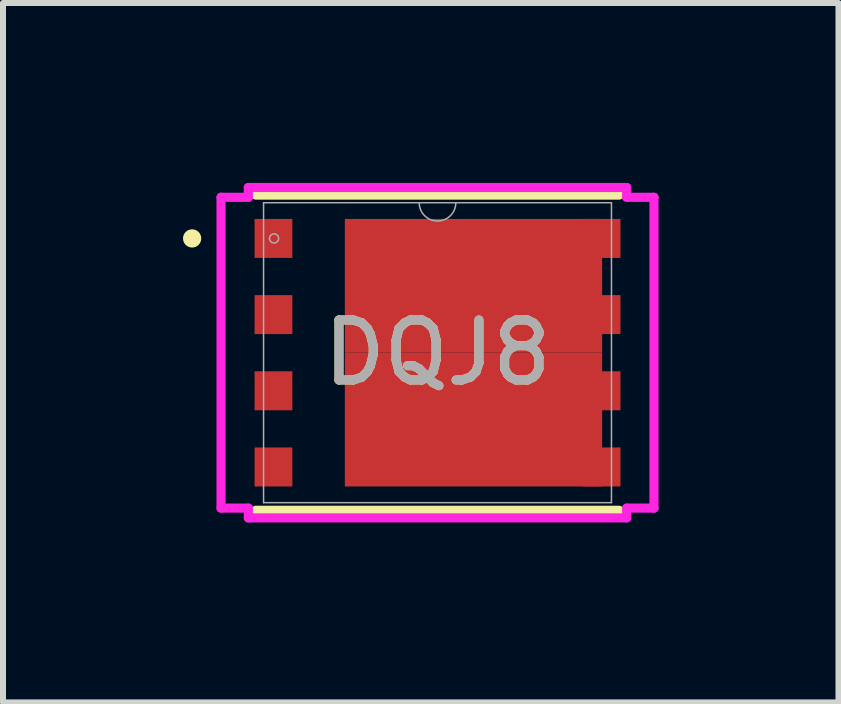
<source format=kicad_pcb>
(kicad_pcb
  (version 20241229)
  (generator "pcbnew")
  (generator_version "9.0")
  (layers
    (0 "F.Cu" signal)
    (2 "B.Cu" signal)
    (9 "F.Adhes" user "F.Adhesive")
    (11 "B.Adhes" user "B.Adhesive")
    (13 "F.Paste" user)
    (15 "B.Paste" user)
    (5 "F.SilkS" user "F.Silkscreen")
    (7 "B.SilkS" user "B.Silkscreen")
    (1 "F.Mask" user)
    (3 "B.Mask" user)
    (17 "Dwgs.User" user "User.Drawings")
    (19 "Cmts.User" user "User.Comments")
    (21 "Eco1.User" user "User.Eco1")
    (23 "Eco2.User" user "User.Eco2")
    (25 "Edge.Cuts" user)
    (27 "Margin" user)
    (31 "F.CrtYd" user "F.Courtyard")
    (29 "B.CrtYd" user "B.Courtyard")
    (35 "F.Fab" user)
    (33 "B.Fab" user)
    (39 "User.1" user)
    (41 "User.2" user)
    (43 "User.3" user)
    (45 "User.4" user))
  (footprint "DQJ8"
    (layer "F.Cu")
    (at 4.244 2.83)
    (property "Reference" "DQJ8" (at 0 0 0) (unlocked yes) (layer "F.SilkS") (effects (font (size 1 1) (thickness 0.15))))
    (attr smd)
    (fp_poly (pts (xy 2.745 -2.23) (xy -1.545 -2.23) (xy -1.545 0) (xy 2.745 0)) (stroke (width 0) (type solid)) (fill yes) (layer "F.Cu"))
    (fp_poly (pts (xy 2.745 2.23) (xy -1.545 2.23) (xy -1.545 0) (xy 2.745 0)) (stroke (width 0) (type solid)) (fill yes) (layer "F.Cu"))
    (fp_poly (pts (xy -3.12 -2.3) (xy -3.12 -1.51) (xy -2.35 -1.51) (xy -2.35 -2.3)) (stroke (width 0) (type solid)) (fill yes) (layer "F.Mask"))
    (fp_poly (pts (xy -3.12 -1.03) (xy -3.12 -0.24) (xy -2.35 -0.24) (xy -2.35 -1.03)) (stroke (width 0) (type solid)) (fill yes) (layer "F.Mask"))
    (fp_poly (pts (xy -3.12 0.24) (xy -3.12 1.03) (xy -2.35 1.03) (xy -2.35 0.24)) (stroke (width 0) (type solid)) (fill yes) (layer "F.Mask"))
    (fp_poly (pts (xy -3.12 1.51) (xy -3.12 2.3) (xy -2.35 2.3) (xy -2.35 1.51)) (stroke (width 0) (type solid)) (fill yes) (layer "F.Mask"))
    (fp_poly (pts (xy 2.35 -2.3) (xy 2.35 -1.51) (xy 3.12 -1.51) (xy 3.12 -2.3)) (stroke (width 0) (type solid)) (fill yes) (layer "F.Mask"))
    (fp_poly (pts (xy 2.35 -1.03) (xy 2.35 -0.24) (xy 3.12 -0.24) (xy 3.12 -1.03)) (stroke (width 0) (type solid)) (fill yes) (layer "F.Mask"))
    (fp_poly (pts (xy 2.35 0.24) (xy 2.35 1.03) (xy 3.12 1.03) (xy 3.12 0.24)) (stroke (width 0) (type solid)) (fill yes) (layer "F.Mask"))
    (fp_poly (pts (xy 2.35 1.51) (xy 2.35 2.3) (xy 3.12 2.3) (xy 3.12 1.51)) (stroke (width 0) (type solid)) (fill yes) (layer "F.Mask"))
    (fp_poly (pts (xy 2.745 -2.23) (xy -1.545 -2.23) (xy -1.545 0) (xy 2.745 0)) (stroke (width 0) (type solid)) (fill yes) (layer "F.Mask"))
    (fp_poly (pts (xy 2.745 2.23) (xy -1.545 2.23) (xy -1.545 0) (xy 2.745 0)) (stroke (width 0) (type solid)) (fill yes) (layer "F.Mask"))
    (fp_line (start -3.027 2.627) (end 3.027 2.627) (stroke (width 0.152) (type solid)) (layer "F.SilkS"))
    (fp_line (start 3.027 -2.627) (end -3.027 -2.627) (stroke (width 0.152) (type solid)) (layer "F.SilkS"))
    (fp_circle (center -4.091 -1.905) (end -4.015 -1.905) (stroke (width 0.152) (type solid)) (fill no) (layer "F.SilkS"))
    (fp_poly (pts (xy -0.18 -0.31) (xy -1.415 -0.31) (xy -1.415 -1.88) (xy -0.18 -1.88)) (stroke (width 0) (type solid)) (fill yes) (layer "F.Paste"))
    (fp_poly (pts (xy -0.18 0.31) (xy -1.415 0.31) (xy -1.415 1.88) (xy -0.18 1.88)) (stroke (width 0) (type solid)) (fill yes) (layer "F.Paste"))
    (fp_poly (pts (xy 0.32 -0.31) (xy 1.905 -0.31) (xy 1.905 -1.88) (xy 0.32 -1.88)) (stroke (width 0) (type solid)) (fill yes) (layer "F.Paste"))
    (fp_poly (pts (xy 0.32 0.31) (xy 1.905 0.31) (xy 1.905 1.88) (xy 0.32 1.88)) (stroke (width 0) (type solid)) (fill yes) (layer "F.Paste"))
    (fp_line (start -3.609 -2.591) (end -3.154 -2.591) (stroke (width 0.152) (type solid)) (layer "F.CrtYd"))
    (fp_line (start -3.609 2.591) (end -3.609 -2.591) (stroke (width 0.152) (type solid)) (layer "F.CrtYd"))
    (fp_line (start -3.609 2.591) (end -3.154 2.591) (stroke (width 0.152) (type solid)) (layer "F.CrtYd"))
    (fp_line (start -3.154 -2.754) (end 3.154 -2.754) (stroke (width 0.152) (type solid)) (layer "F.CrtYd"))
    (fp_line (start -3.154 -2.591) (end -3.154 -2.754) (stroke (width 0.152) (type solid)) (layer "F.CrtYd"))
    (fp_line (start -3.154 2.754) (end -3.154 2.591) (stroke (width 0.152) (type solid)) (layer "F.CrtYd"))
    (fp_line (start 3.154 -2.754) (end 3.154 -2.591) (stroke (width 0.152) (type solid)) (layer "F.CrtYd"))
    (fp_line (start 3.154 2.591) (end 3.154 2.754) (stroke (width 0.152) (type solid)) (layer "F.CrtYd"))
    (fp_line (start 3.154 2.754) (end -3.154 2.754) (stroke (width 0.152) (type solid)) (layer "F.CrtYd"))
    (fp_line (start 3.609 -2.591) (end 3.154 -2.591) (stroke (width 0.152) (type solid)) (layer "F.CrtYd"))
    (fp_line (start 3.609 -2.591) (end 3.609 2.591) (stroke (width 0.152) (type solid)) (layer "F.CrtYd"))
    (fp_line (start 3.609 2.591) (end 3.154 2.591) (stroke (width 0.152) (type solid)) (layer "F.CrtYd"))
    (fp_line (start -2.9 -2.5) (end -2.9 2.5) (stroke (width 0.025) (type solid)) (layer "F.Fab"))
    (fp_line (start -2.9 2.5) (end 2.9 2.5) (stroke (width 0.025) (type solid)) (layer "F.Fab"))
    (fp_line (start 2.9 -2.5) (end -2.9 -2.5) (stroke (width 0.025) (type solid)) (layer "F.Fab"))
    (fp_line (start 2.9 2.5) (end 2.9 -2.5) (stroke (width 0.025) (type solid)) (layer "F.Fab"))
    (fp_arc (start 0.3048 -2.5) (mid 0 -2.1952) (end -0.3048 -2.5) (stroke (width 0.0254) (type solid)) (layer "F.Fab"))
    (fp_circle (center -2.725 -1.905) (end -2.649 -1.905) (stroke (width 0.025) (type solid)) (fill no) (layer "F.Fab"))
    (fp_text user "${REFERENCE}" (at 0 0 0) (unlocked yes) (layer "F.Fab") (effects (font (size 1 1) (thickness 0.15))))
    (pad "1" smd rect (at -2.735 -1.905) (size 0.63 0.65) (layers "F.Cu" "F.Mask" "F.Paste"))
    (pad "2" smd rect (at -2.735 -0.635) (size 0.63 0.65) (layers "F.Cu" "F.Mask" "F.Paste"))
    (pad "3" smd rect (at -2.735 0.635) (size 0.63 0.65) (layers "F.Cu" "F.Mask" "F.Paste"))
    (pad "4" smd rect (at -2.735 1.905) (size 0.63 0.65) (layers "F.Cu" "F.Mask" "F.Paste"))
    (pad "5" smd rect (at 2.735 1.905) (size 0.63 0.65) (layers "F.Cu" "F.Mask" "F.Paste"))
    (pad "6" smd rect (at 2.735 0.635) (size 0.63 0.65) (layers "F.Cu" "F.Mask" "F.Paste"))
    (pad "7" smd rect (at 2.735 -0.635) (size 0.63 0.65) (layers "F.Cu" "F.Mask" "F.Paste"))
    (pad "8" smd rect (at 2.735 -1.905) (size 0.63 0.65) (layers "F.Cu" "F.Mask" "F.Paste")))
  (gr_rect
    (start -3 -3)
    (end 10.929 8.66)
    (stroke (width 0.1) (type default))
    (fill no)
    (layer "Edge.Cuts")))
</source>
